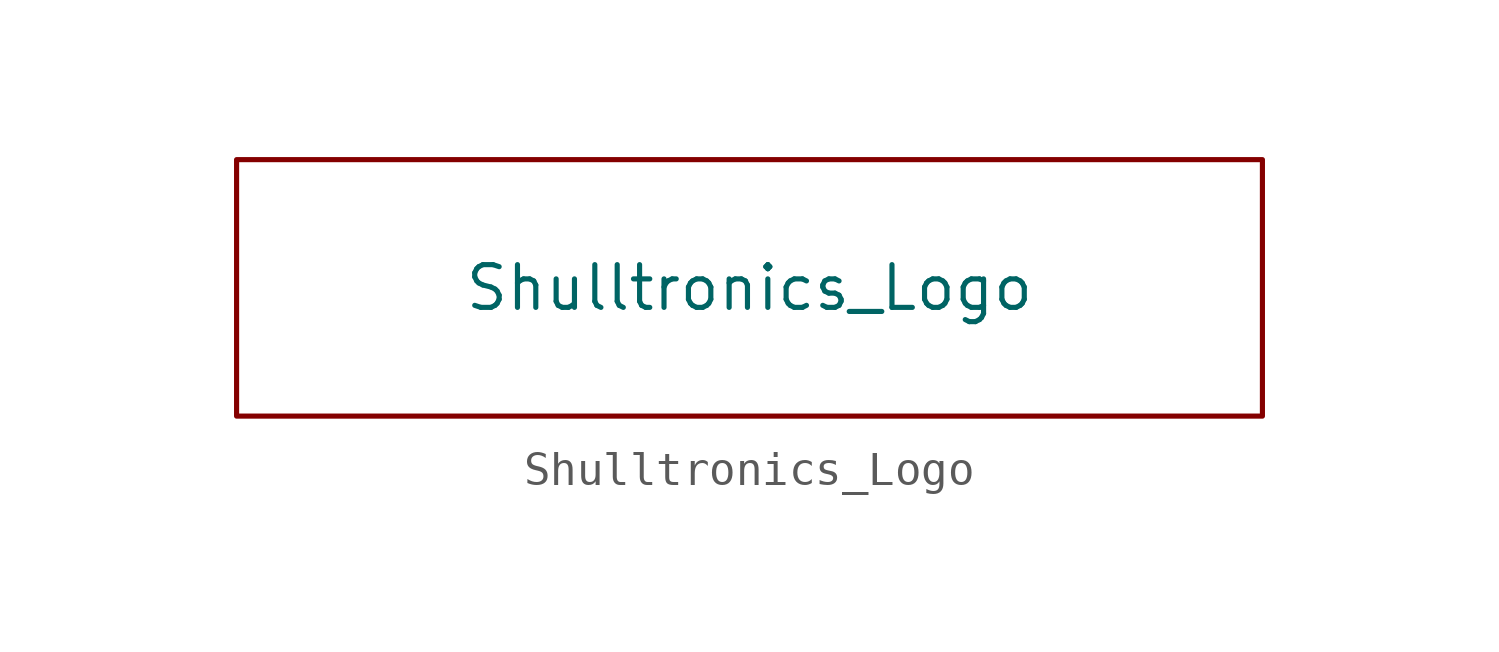
<source format=kicad_sym>
(kicad_symbol_lib
  (version 20231120)
  (generator "kicad_symbol_editor")
  (generator_version "8.0")
  (symbol "Shulltronics_Logo"
    (property "Reference" "L"
      (at 0 5.08 0)
      (effects (font (size 1.27 1.27)) (hide yes)))
    (property "Value" "Shulltronics_Logo"
      (at 0 0 0)
      (effects (font (size 1.27 1.27))))
    (symbol "Shulltronics_Logo_0_1"
      (rectangle (start -15.24 3.81) (end 15.24 -3.81) (stroke (width 0) (type default)) (fill (type none))))))
</source>
